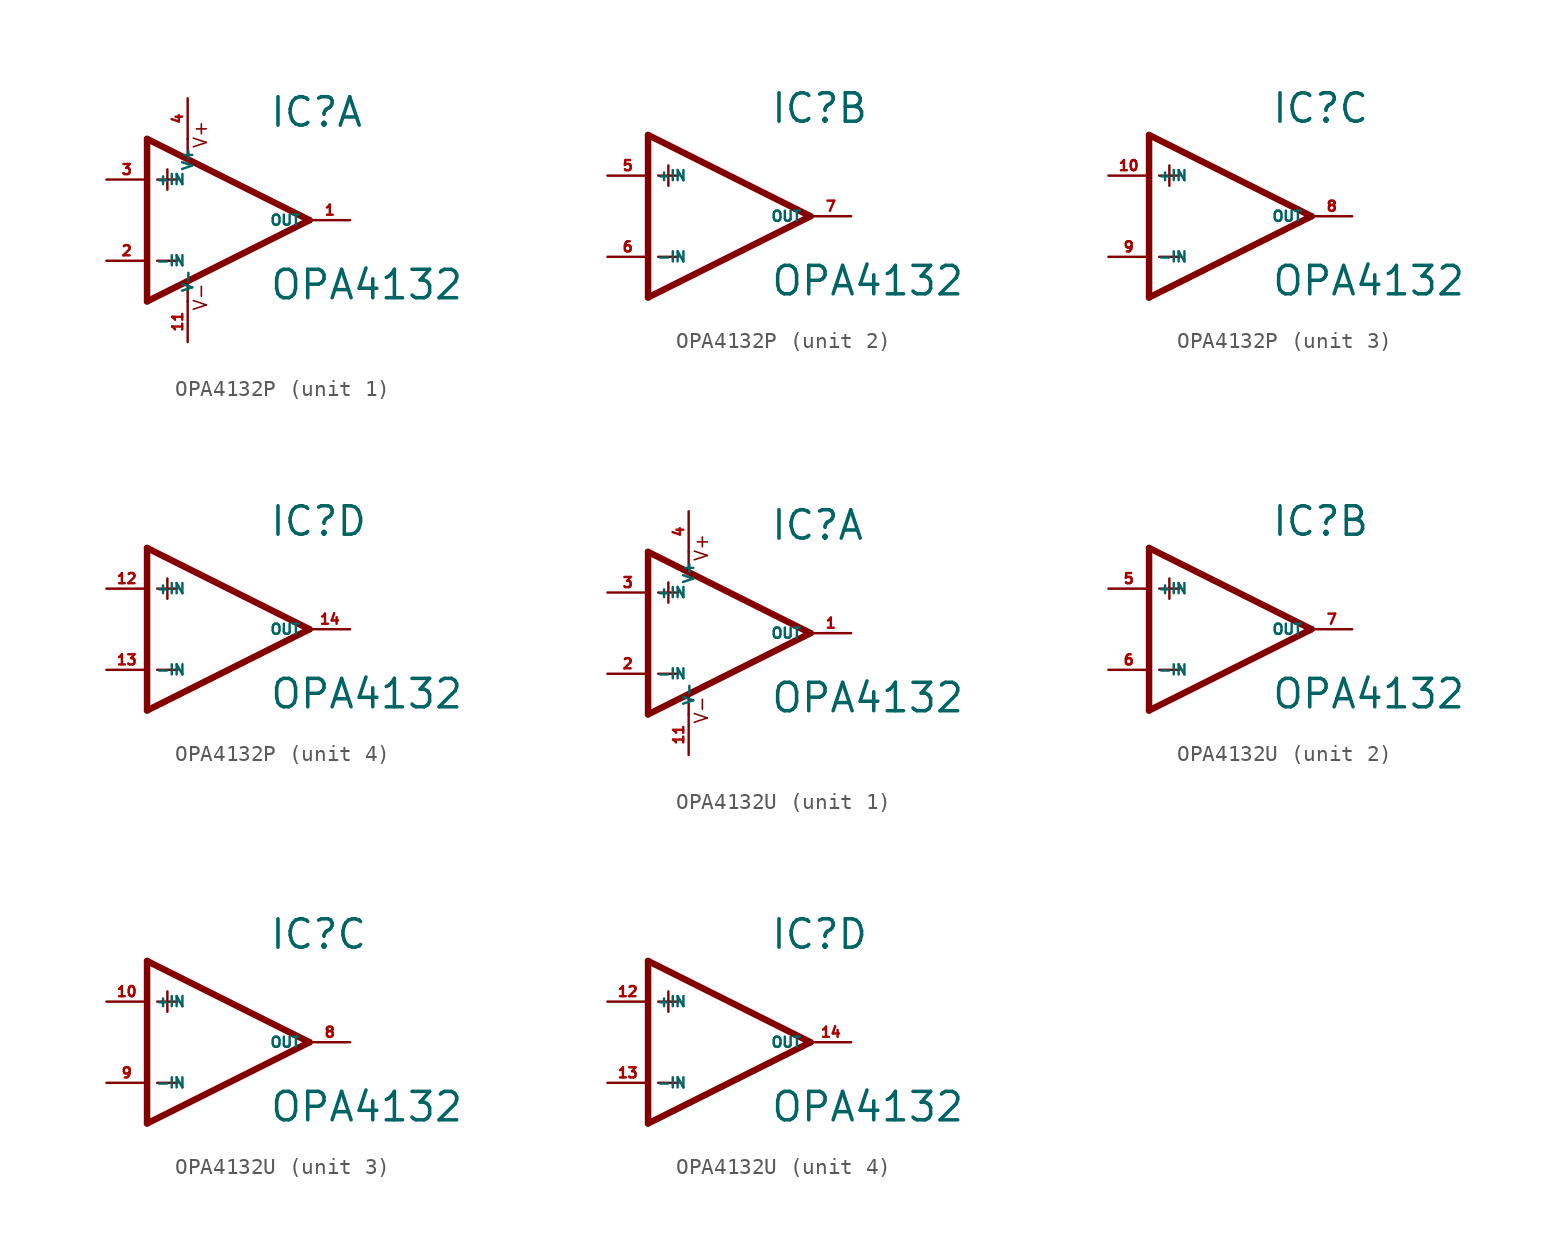
<source format=kicad_sym>
(kicad_symbol_lib
  (version 20220914)
  (generator Eagle2Kicad)
  (symbol "OPA4132P"
    (property "Reference" "IC"
      (at 2.54 5.715 0)
      (effects (font (size 1.778 1.778) (thickness 0.22)) (justify left bottom)))
    (property "Value" "OPA4132"
      (at 2.54 -5.08 0)
      (effects (font (size 1.778 1.778) (thickness 0.22)) (justify left bottom)))
    (symbol "OPA4132P_1_0"
      (polyline (pts (xy -3.81 3.175) (xy -3.81 1.905)) (stroke (width 0.152) (type default)) (fill (type none)))
      (polyline (pts (xy -4.445 2.54) (xy -3.175 2.54)) (stroke (width 0.152) (type default)) (fill (type none)))
      (polyline (pts (xy -4.445 -2.54) (xy -3.175 -2.54)) (stroke (width 0.152) (type default)) (fill (type none)))
      (polyline (pts (xy -2.54 5.08) (xy -2.54 3.886)) (stroke (width 0.152) (type default)) (fill (type none)))
      (polyline (pts (xy -2.54 -3.912) (xy -2.54 -5.08)) (stroke (width 0.152) (type default)) (fill (type none)))
      (polyline (pts (xy 5.08 0) (xy -5.08 5.08)) (stroke (width 0.406) (type default)) (fill (type none)))
      (polyline (pts (xy -5.08 5.08) (xy -5.08 -5.08)) (stroke (width 0.406) (type default)) (fill (type none)))
      (polyline (pts (xy -5.08 -5.08) (xy 5.08 0)) (stroke (width 0.406) (type default)) (fill (type none)))
      (text "V+" (at -1.27 4.445 900) (effects (font (size 0.813 0.813) (thickness 0.10)) (justify left bottom)))
      (text "V-" (at -1.27 -5.715 900) (effects (font (size 0.813 0.813) (thickness 0.10)) (justify left bottom)))
      (pin input line (at -7.62 -2.54 0) (length 2.54) (name "-IN" (effects (font (size 0.635 0.635) (thickness 0.08)) (justify left bottom))) (number "2" (effects (font (size 0.635 0.635) (thickness 0.08)) (justify left bottom))))
      (pin input line (at -7.62 2.54 0) (length 2.54) (name "+IN" (effects (font (size 0.635 0.635) (thickness 0.08)) (justify left bottom))) (number "3" (effects (font (size 0.635 0.635) (thickness 0.08)) (justify left bottom))))
      (pin output line (at 7.62 0 180) (length 2.54) (name "OUT" (effects (font (size 0.635 0.635) (thickness 0.08)) (justify left bottom))) (number "1" (effects (font (size 0.635 0.635) (thickness 0.08)) (justify left bottom))))
      (pin unspecified line (at -2.54 7.62 270) (length 2.54) (name "V+" (effects (font (size 0.635 0.635) (thickness 0.08)) (justify left bottom))) (number "4" (effects (font (size 0.635 0.635) (thickness 0.08)) (justify left bottom))))
      (pin unspecified line (at -2.54 -7.62 90) (length 2.54) (name "V-" (effects (font (size 0.635 0.635) (thickness 0.08)) (justify left bottom))) (number "11" (effects (font (size 0.635 0.635) (thickness 0.08)) (justify left bottom)))))
    (symbol "OPA4132P_2_0"
      (polyline (pts (xy -3.81 3.175) (xy -3.81 1.905)) (stroke (width 0.152) (type default)) (fill (type none)))
      (polyline (pts (xy -4.445 2.54) (xy -3.175 2.54)) (stroke (width 0.152) (type default)) (fill (type none)))
      (polyline (pts (xy -4.445 -2.54) (xy -3.175 -2.54)) (stroke (width 0.152) (type default)) (fill (type none)))
      (polyline (pts (xy 5.08 0) (xy -5.08 5.08)) (stroke (width 0.406) (type default)) (fill (type none)))
      (polyline (pts (xy -5.08 5.08) (xy -5.08 -5.08)) (stroke (width 0.406) (type default)) (fill (type none)))
      (polyline (pts (xy -5.08 -5.08) (xy 5.08 0)) (stroke (width 0.406) (type default)) (fill (type none)))
      (pin input line (at -7.62 -2.54 0) (length 2.54) (name "-IN" (effects (font (size 0.635 0.635) (thickness 0.08)) (justify left bottom))) (number "6" (effects (font (size 0.635 0.635) (thickness 0.08)) (justify left bottom))))
      (pin input line (at -7.62 2.54 0) (length 2.54) (name "+IN" (effects (font (size 0.635 0.635) (thickness 0.08)) (justify left bottom))) (number "5" (effects (font (size 0.635 0.635) (thickness 0.08)) (justify left bottom))))
      (pin output line (at 7.62 0 180) (length 2.54) (name "OUT" (effects (font (size 0.635 0.635) (thickness 0.08)) (justify left bottom))) (number "7" (effects (font (size 0.635 0.635) (thickness 0.08)) (justify left bottom)))))
    (symbol "OPA4132P_3_0"
      (polyline (pts (xy -3.81 3.175) (xy -3.81 1.905)) (stroke (width 0.152) (type default)) (fill (type none)))
      (polyline (pts (xy -4.445 2.54) (xy -3.175 2.54)) (stroke (width 0.152) (type default)) (fill (type none)))
      (polyline (pts (xy -4.445 -2.54) (xy -3.175 -2.54)) (stroke (width 0.152) (type default)) (fill (type none)))
      (polyline (pts (xy 5.08 0) (xy -5.08 5.08)) (stroke (width 0.406) (type default)) (fill (type none)))
      (polyline (pts (xy -5.08 5.08) (xy -5.08 -5.08)) (stroke (width 0.406) (type default)) (fill (type none)))
      (polyline (pts (xy -5.08 -5.08) (xy 5.08 0)) (stroke (width 0.406) (type default)) (fill (type none)))
      (pin input line (at -7.62 -2.54 0) (length 2.54) (name "-IN" (effects (font (size 0.635 0.635) (thickness 0.08)) (justify left bottom))) (number "9" (effects (font (size 0.635 0.635) (thickness 0.08)) (justify left bottom))))
      (pin input line (at -7.62 2.54 0) (length 2.54) (name "+IN" (effects (font (size 0.635 0.635) (thickness 0.08)) (justify left bottom))) (number "10" (effects (font (size 0.635 0.635) (thickness 0.08)) (justify left bottom))))
      (pin output line (at 7.62 0 180) (length 2.54) (name "OUT" (effects (font (size 0.635 0.635) (thickness 0.08)) (justify left bottom))) (number "8" (effects (font (size 0.635 0.635) (thickness 0.08)) (justify left bottom)))))
    (symbol "OPA4132P_4_0"
      (polyline (pts (xy -3.81 3.175) (xy -3.81 1.905)) (stroke (width 0.152) (type default)) (fill (type none)))
      (polyline (pts (xy -4.445 2.54) (xy -3.175 2.54)) (stroke (width 0.152) (type default)) (fill (type none)))
      (polyline (pts (xy -4.445 -2.54) (xy -3.175 -2.54)) (stroke (width 0.152) (type default)) (fill (type none)))
      (polyline (pts (xy 5.08 0) (xy -5.08 5.08)) (stroke (width 0.406) (type default)) (fill (type none)))
      (polyline (pts (xy -5.08 5.08) (xy -5.08 -5.08)) (stroke (width 0.406) (type default)) (fill (type none)))
      (polyline (pts (xy -5.08 -5.08) (xy 5.08 0)) (stroke (width 0.406) (type default)) (fill (type none)))
      (pin input line (at -7.62 -2.54 0) (length 2.54) (name "-IN" (effects (font (size 0.635 0.635) (thickness 0.08)) (justify left bottom))) (number "13" (effects (font (size 0.635 0.635) (thickness 0.08)) (justify left bottom))))
      (pin input line (at -7.62 2.54 0) (length 2.54) (name "+IN" (effects (font (size 0.635 0.635) (thickness 0.08)) (justify left bottom))) (number "12" (effects (font (size 0.635 0.635) (thickness 0.08)) (justify left bottom))))
      (pin output line (at 7.62 0 180) (length 2.54) (name "OUT" (effects (font (size 0.635 0.635) (thickness 0.08)) (justify left bottom))) (number "14" (effects (font (size 0.635 0.635) (thickness 0.08)) (justify left bottom))))))
  (symbol "OPA4132U"
    (property "Reference" "IC"
      (at 2.54 5.715 0)
      (effects (font (size 1.778 1.778) (thickness 0.22)) (justify left bottom)))
    (property "Value" "OPA4132"
      (at 2.54 -5.08 0)
      (effects (font (size 1.778 1.778) (thickness 0.22)) (justify left bottom)))
    (symbol "OPA4132U_1_0"
      (polyline (pts (xy -3.81 3.175) (xy -3.81 1.905)) (stroke (width 0.152) (type default)) (fill (type none)))
      (polyline (pts (xy -4.445 2.54) (xy -3.175 2.54)) (stroke (width 0.152) (type default)) (fill (type none)))
      (polyline (pts (xy -4.445 -2.54) (xy -3.175 -2.54)) (stroke (width 0.152) (type default)) (fill (type none)))
      (polyline (pts (xy -2.54 5.08) (xy -2.54 3.886)) (stroke (width 0.152) (type default)) (fill (type none)))
      (polyline (pts (xy -2.54 -3.912) (xy -2.54 -5.08)) (stroke (width 0.152) (type default)) (fill (type none)))
      (polyline (pts (xy 5.08 0) (xy -5.08 5.08)) (stroke (width 0.406) (type default)) (fill (type none)))
      (polyline (pts (xy -5.08 5.08) (xy -5.08 -5.08)) (stroke (width 0.406) (type default)) (fill (type none)))
      (polyline (pts (xy -5.08 -5.08) (xy 5.08 0)) (stroke (width 0.406) (type default)) (fill (type none)))
      (text "V+" (at -1.27 4.445 900) (effects (font (size 0.813 0.813) (thickness 0.10)) (justify left bottom)))
      (text "V-" (at -1.27 -5.715 900) (effects (font (size 0.813 0.813) (thickness 0.10)) (justify left bottom)))
      (pin input line (at -7.62 -2.54 0) (length 2.54) (name "-IN" (effects (font (size 0.635 0.635) (thickness 0.08)) (justify left bottom))) (number "2" (effects (font (size 0.635 0.635) (thickness 0.08)) (justify left bottom))))
      (pin input line (at -7.62 2.54 0) (length 2.54) (name "+IN" (effects (font (size 0.635 0.635) (thickness 0.08)) (justify left bottom))) (number "3" (effects (font (size 0.635 0.635) (thickness 0.08)) (justify left bottom))))
      (pin output line (at 7.62 0 180) (length 2.54) (name "OUT" (effects (font (size 0.635 0.635) (thickness 0.08)) (justify left bottom))) (number "1" (effects (font (size 0.635 0.635) (thickness 0.08)) (justify left bottom))))
      (pin unspecified line (at -2.54 7.62 270) (length 2.54) (name "V+" (effects (font (size 0.635 0.635) (thickness 0.08)) (justify left bottom))) (number "4" (effects (font (size 0.635 0.635) (thickness 0.08)) (justify left bottom))))
      (pin unspecified line (at -2.54 -7.62 90) (length 2.54) (name "V-" (effects (font (size 0.635 0.635) (thickness 0.08)) (justify left bottom))) (number "11" (effects (font (size 0.635 0.635) (thickness 0.08)) (justify left bottom)))))
    (symbol "OPA4132U_2_0"
      (polyline (pts (xy -3.81 3.175) (xy -3.81 1.905)) (stroke (width 0.152) (type default)) (fill (type none)))
      (polyline (pts (xy -4.445 2.54) (xy -3.175 2.54)) (stroke (width 0.152) (type default)) (fill (type none)))
      (polyline (pts (xy -4.445 -2.54) (xy -3.175 -2.54)) (stroke (width 0.152) (type default)) (fill (type none)))
      (polyline (pts (xy 5.08 0) (xy -5.08 5.08)) (stroke (width 0.406) (type default)) (fill (type none)))
      (polyline (pts (xy -5.08 5.08) (xy -5.08 -5.08)) (stroke (width 0.406) (type default)) (fill (type none)))
      (polyline (pts (xy -5.08 -5.08) (xy 5.08 0)) (stroke (width 0.406) (type default)) (fill (type none)))
      (pin input line (at -7.62 -2.54 0) (length 2.54) (name "-IN" (effects (font (size 0.635 0.635) (thickness 0.08)) (justify left bottom))) (number "6" (effects (font (size 0.635 0.635) (thickness 0.08)) (justify left bottom))))
      (pin input line (at -7.62 2.54 0) (length 2.54) (name "+IN" (effects (font (size 0.635 0.635) (thickness 0.08)) (justify left bottom))) (number "5" (effects (font (size 0.635 0.635) (thickness 0.08)) (justify left bottom))))
      (pin output line (at 7.62 0 180) (length 2.54) (name "OUT" (effects (font (size 0.635 0.635) (thickness 0.08)) (justify left bottom))) (number "7" (effects (font (size 0.635 0.635) (thickness 0.08)) (justify left bottom)))))
    (symbol "OPA4132U_3_0"
      (polyline (pts (xy -3.81 3.175) (xy -3.81 1.905)) (stroke (width 0.152) (type default)) (fill (type none)))
      (polyline (pts (xy -4.445 2.54) (xy -3.175 2.54)) (stroke (width 0.152) (type default)) (fill (type none)))
      (polyline (pts (xy -4.445 -2.54) (xy -3.175 -2.54)) (stroke (width 0.152) (type default)) (fill (type none)))
      (polyline (pts (xy 5.08 0) (xy -5.08 5.08)) (stroke (width 0.406) (type default)) (fill (type none)))
      (polyline (pts (xy -5.08 5.08) (xy -5.08 -5.08)) (stroke (width 0.406) (type default)) (fill (type none)))
      (polyline (pts (xy -5.08 -5.08) (xy 5.08 0)) (stroke (width 0.406) (type default)) (fill (type none)))
      (pin input line (at -7.62 -2.54 0) (length 2.54) (name "-IN" (effects (font (size 0.635 0.635) (thickness 0.08)) (justify left bottom))) (number "9" (effects (font (size 0.635 0.635) (thickness 0.08)) (justify left bottom))))
      (pin input line (at -7.62 2.54 0) (length 2.54) (name "+IN" (effects (font (size 0.635 0.635) (thickness 0.08)) (justify left bottom))) (number "10" (effects (font (size 0.635 0.635) (thickness 0.08)) (justify left bottom))))
      (pin output line (at 7.62 0 180) (length 2.54) (name "OUT" (effects (font (size 0.635 0.635) (thickness 0.08)) (justify left bottom))) (number "8" (effects (font (size 0.635 0.635) (thickness 0.08)) (justify left bottom)))))
    (symbol "OPA4132U_4_0"
      (polyline (pts (xy -3.81 3.175) (xy -3.81 1.905)) (stroke (width 0.152) (type default)) (fill (type none)))
      (polyline (pts (xy -4.445 2.54) (xy -3.175 2.54)) (stroke (width 0.152) (type default)) (fill (type none)))
      (polyline (pts (xy -4.445 -2.54) (xy -3.175 -2.54)) (stroke (width 0.152) (type default)) (fill (type none)))
      (polyline (pts (xy 5.08 0) (xy -5.08 5.08)) (stroke (width 0.406) (type default)) (fill (type none)))
      (polyline (pts (xy -5.08 5.08) (xy -5.08 -5.08)) (stroke (width 0.406) (type default)) (fill (type none)))
      (polyline (pts (xy -5.08 -5.08) (xy 5.08 0)) (stroke (width 0.406) (type default)) (fill (type none)))
      (pin input line (at -7.62 -2.54 0) (length 2.54) (name "-IN" (effects (font (size 0.635 0.635) (thickness 0.08)) (justify left bottom))) (number "13" (effects (font (size 0.635 0.635) (thickness 0.08)) (justify left bottom))))
      (pin input line (at -7.62 2.54 0) (length 2.54) (name "+IN" (effects (font (size 0.635 0.635) (thickness 0.08)) (justify left bottom))) (number "12" (effects (font (size 0.635 0.635) (thickness 0.08)) (justify left bottom))))
      (pin output line (at 7.62 0 180) (length 2.54) (name "OUT" (effects (font (size 0.635 0.635) (thickness 0.08)) (justify left bottom))) (number "14" (effects (font (size 0.635 0.635) (thickness 0.08)) (justify left bottom)))))))
</source>
